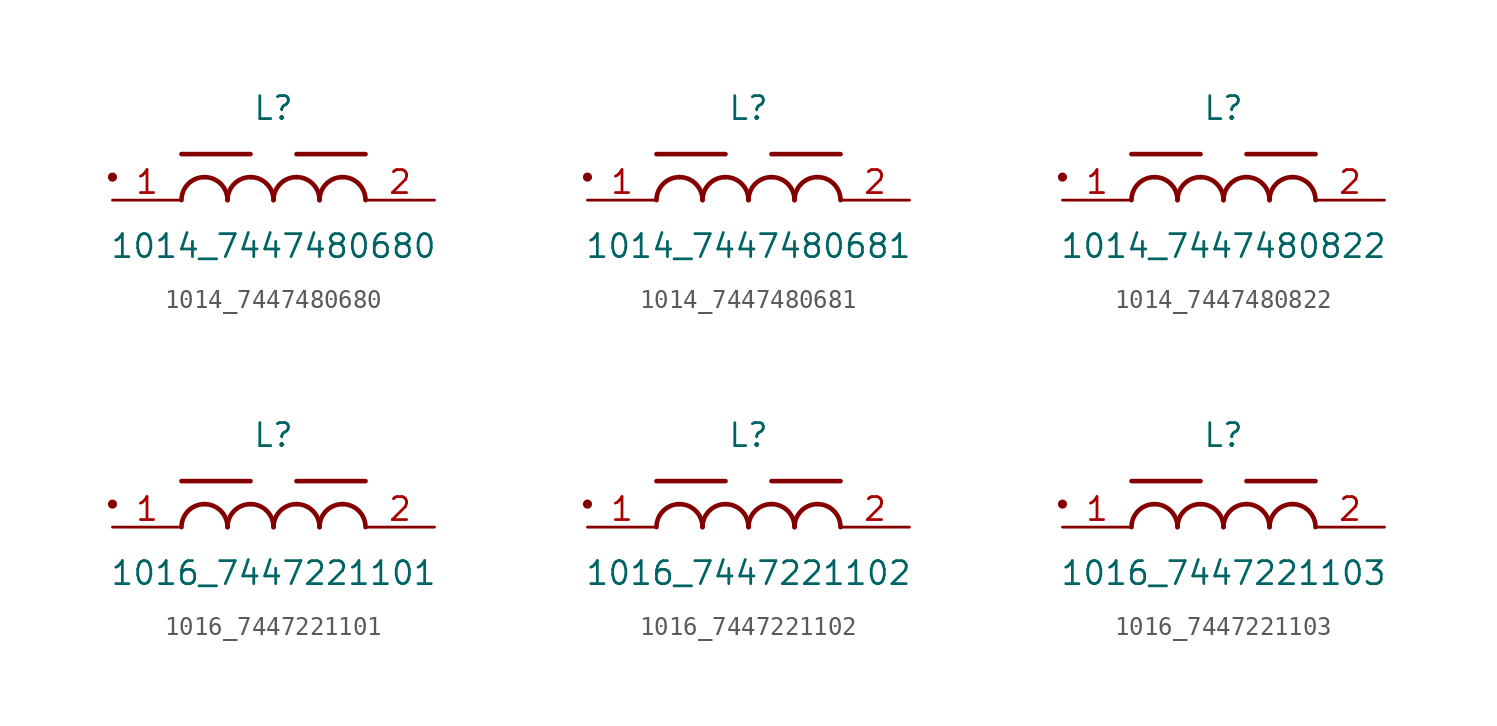
<source format=kicad_sym>
(kicad_symbol_lib
  (version 20211014)
  (generator kicad_symbol_editor)
  (symbol "Inductor_Wurth_WE-TI:1014_7447480680"
    (pin_names hide)
    (property "Reference" "L"
      (at 0 5.08 0)
      (effects (font (size 1.27 1.27))))
    (property "Value" "1014_7447480680"
      (at 0 -2.54 0)
      (effects (font (size 1.27 1.27))))
    (symbol "1014_7447480680_0_1"
      (circle (center -8.89 1.27) (radius 0.0001) (stroke (width 0.254)) (stroke (width 0.254) (type default) (color 0 0 0 0)) (fill (type none)))
      (arc (start -3.81 1.27) (mid -4.708 0.898) (end -5.08 0) (stroke (width 0.254) (type default) (color 0 0 0 0)) (fill (type none)))
      (arc (start -2.54 0) (mid -2.912 0.898) (end -3.81 1.27) (stroke (width 0.254) (type default) (color 0 0 0 0)) (fill (type none)))
      (arc (start -1.2699 1.2701) (mid -2.1679 0.8981) (end -2.5399 0.0001) (stroke (width 0.254) (type default) (color 0 0 0 0)) (fill (type none)))
      (polyline (pts (xy -5.08 2.54) (xy -1.27 2.54)) (stroke (width 0.254) (type default) (color 0 0 0 0)) (fill (type none)))
      (polyline (pts (xy 5.08 2.54) (xy 1.27 2.54)) (stroke (width 0.254) (type default) (color 0 0 0 0)) (fill (type none)))
      (arc (start 0.0001 0.0001) (mid -0.3719 0.8981) (end -1.2699 1.2701) (stroke (width 0.254) (type default) (color 0 0 0 0)) (fill (type none)))
      (arc (start 1.2701 1.2701) (mid 0.3721 0.8981) (end 0.0001 0.0001) (stroke (width 0.254) (type default) (color 0 0 0 0)) (fill (type none)))
      (arc (start 2.5401 0.0001) (mid 2.1681 0.8981) (end 1.2701 1.2701) (stroke (width 0.254) (type default) (color 0 0 0 0)) (fill (type none)))
      (arc (start 3.8101 1.2701) (mid 2.9121 0.8981) (end 2.5401 0.0001) (stroke (width 0.254) (type default) (color 0 0 0 0)) (fill (type none)))
      (arc (start 5.0801 0.0001) (mid 4.7081 0.8981) (end 3.8101 1.2701) (stroke (width 0.254) (type default) (color 0 0 0 0)) (fill (type none))))
    (symbol "1014_7447480680_1_1"
      (pin passive line (at -8.89 0 0) (length 3.81) (name "1" (effects (font (size 1.27 1.27)))) (number "1" (effects (font (size 1.27 1.27)))))
      (pin passive line (at 8.89 0 180) (length 3.81) (name "2" (effects (font (size 1.27 1.27)))) (number "2" (effects (font (size 1.27 1.27)))))))
  (symbol "Inductor_Wurth_WE-TI:1014_7447480681"
    (pin_names hide)
    (property "Reference" "L"
      (at 0 5.08 0)
      (effects (font (size 1.27 1.27))))
    (property "Value" "1014_7447480681"
      (at 0 -2.54 0)
      (effects (font (size 1.27 1.27))))
    (symbol "1014_7447480681_0_1"
      (circle (center -8.89 1.27) (radius 0.0001) (stroke (width 0.254)) (stroke (width 0.254) (type default) (color 0 0 0 0)) (fill (type none)))
      (arc (start -3.81 1.27) (mid -4.708 0.898) (end -5.08 0) (stroke (width 0.254) (type default) (color 0 0 0 0)) (fill (type none)))
      (arc (start -2.54 0) (mid -2.912 0.898) (end -3.81 1.27) (stroke (width 0.254) (type default) (color 0 0 0 0)) (fill (type none)))
      (arc (start -1.2699 1.2701) (mid -2.1679 0.8981) (end -2.5399 0.0001) (stroke (width 0.254) (type default) (color 0 0 0 0)) (fill (type none)))
      (polyline (pts (xy -5.08 2.54) (xy -1.27 2.54)) (stroke (width 0.254) (type default) (color 0 0 0 0)) (fill (type none)))
      (polyline (pts (xy 5.08 2.54) (xy 1.27 2.54)) (stroke (width 0.254) (type default) (color 0 0 0 0)) (fill (type none)))
      (arc (start 0.0001 0.0001) (mid -0.3719 0.8981) (end -1.2699 1.2701) (stroke (width 0.254) (type default) (color 0 0 0 0)) (fill (type none)))
      (arc (start 1.2701 1.2701) (mid 0.3721 0.8981) (end 0.0001 0.0001) (stroke (width 0.254) (type default) (color 0 0 0 0)) (fill (type none)))
      (arc (start 2.5401 0.0001) (mid 2.1681 0.8981) (end 1.2701 1.2701) (stroke (width 0.254) (type default) (color 0 0 0 0)) (fill (type none)))
      (arc (start 3.8101 1.2701) (mid 2.9121 0.8981) (end 2.5401 0.0001) (stroke (width 0.254) (type default) (color 0 0 0 0)) (fill (type none)))
      (arc (start 5.0801 0.0001) (mid 4.7081 0.8981) (end 3.8101 1.2701) (stroke (width 0.254) (type default) (color 0 0 0 0)) (fill (type none))))
    (symbol "1014_7447480681_1_1"
      (pin passive line (at -8.89 0 0) (length 3.81) (name "1" (effects (font (size 1.27 1.27)))) (number "1" (effects (font (size 1.27 1.27)))))
      (pin passive line (at 8.89 0 180) (length 3.81) (name "2" (effects (font (size 1.27 1.27)))) (number "2" (effects (font (size 1.27 1.27)))))))
  (symbol "Inductor_Wurth_WE-TI:1014_7447480822"
    (pin_names hide)
    (property "Reference" "L"
      (at 0 5.08 0)
      (effects (font (size 1.27 1.27))))
    (property "Value" "1014_7447480822"
      (at 0 -2.54 0)
      (effects (font (size 1.27 1.27))))
    (symbol "1014_7447480822_0_1"
      (circle (center -8.89 1.27) (radius 0.0001) (stroke (width 0.254)) (stroke (width 0.254) (type default) (color 0 0 0 0)) (fill (type none)))
      (arc (start -3.81 1.27) (mid -4.708 0.898) (end -5.08 0) (stroke (width 0.254) (type default) (color 0 0 0 0)) (fill (type none)))
      (arc (start -2.54 0) (mid -2.912 0.898) (end -3.81 1.27) (stroke (width 0.254) (type default) (color 0 0 0 0)) (fill (type none)))
      (arc (start -1.2699 1.2701) (mid -2.1679 0.8981) (end -2.5399 0.0001) (stroke (width 0.254) (type default) (color 0 0 0 0)) (fill (type none)))
      (polyline (pts (xy -5.08 2.54) (xy -1.27 2.54)) (stroke (width 0.254) (type default) (color 0 0 0 0)) (fill (type none)))
      (polyline (pts (xy 5.08 2.54) (xy 1.27 2.54)) (stroke (width 0.254) (type default) (color 0 0 0 0)) (fill (type none)))
      (arc (start 0.0001 0.0001) (mid -0.3719 0.8981) (end -1.2699 1.2701) (stroke (width 0.254) (type default) (color 0 0 0 0)) (fill (type none)))
      (arc (start 1.2701 1.2701) (mid 0.3721 0.8981) (end 0.0001 0.0001) (stroke (width 0.254) (type default) (color 0 0 0 0)) (fill (type none)))
      (arc (start 2.5401 0.0001) (mid 2.1681 0.8981) (end 1.2701 1.2701) (stroke (width 0.254) (type default) (color 0 0 0 0)) (fill (type none)))
      (arc (start 3.8101 1.2701) (mid 2.9121 0.8981) (end 2.5401 0.0001) (stroke (width 0.254) (type default) (color 0 0 0 0)) (fill (type none)))
      (arc (start 5.0801 0.0001) (mid 4.7081 0.8981) (end 3.8101 1.2701) (stroke (width 0.254) (type default) (color 0 0 0 0)) (fill (type none))))
    (symbol "1014_7447480822_1_1"
      (pin passive line (at -8.89 0 0) (length 3.81) (name "1" (effects (font (size 1.27 1.27)))) (number "1" (effects (font (size 1.27 1.27)))))
      (pin passive line (at 8.89 0 180) (length 3.81) (name "2" (effects (font (size 1.27 1.27)))) (number "2" (effects (font (size 1.27 1.27)))))))
  (symbol "Inductor_Wurth_WE-TI:1016_7447221101"
    (pin_names hide)
    (property "Reference" "L"
      (at 0 5.08 0)
      (effects (font (size 1.27 1.27))))
    (property "Value" "1016_7447221101"
      (at 0 -2.54 0)
      (effects (font (size 1.27 1.27))))
    (symbol "1016_7447221101_0_1"
      (circle (center -8.89 1.27) (radius 0.0001) (stroke (width 0.254)) (stroke (width 0.254) (type default) (color 0 0 0 0)) (fill (type none)))
      (arc (start -3.81 1.27) (mid -4.708 0.898) (end -5.08 0) (stroke (width 0.254) (type default) (color 0 0 0 0)) (fill (type none)))
      (arc (start -2.54 0) (mid -2.912 0.898) (end -3.81 1.27) (stroke (width 0.254) (type default) (color 0 0 0 0)) (fill (type none)))
      (arc (start -1.2699 1.2701) (mid -2.1679 0.8981) (end -2.5399 0.0001) (stroke (width 0.254) (type default) (color 0 0 0 0)) (fill (type none)))
      (polyline (pts (xy -5.08 2.54) (xy -1.27 2.54)) (stroke (width 0.254) (type default) (color 0 0 0 0)) (fill (type none)))
      (polyline (pts (xy 5.08 2.54) (xy 1.27 2.54)) (stroke (width 0.254) (type default) (color 0 0 0 0)) (fill (type none)))
      (arc (start 0.0001 0.0001) (mid -0.3719 0.8981) (end -1.2699 1.2701) (stroke (width 0.254) (type default) (color 0 0 0 0)) (fill (type none)))
      (arc (start 1.2701 1.2701) (mid 0.3721 0.8981) (end 0.0001 0.0001) (stroke (width 0.254) (type default) (color 0 0 0 0)) (fill (type none)))
      (arc (start 2.5401 0.0001) (mid 2.1681 0.8981) (end 1.2701 1.2701) (stroke (width 0.254) (type default) (color 0 0 0 0)) (fill (type none)))
      (arc (start 3.8101 1.2701) (mid 2.9121 0.8981) (end 2.5401 0.0001) (stroke (width 0.254) (type default) (color 0 0 0 0)) (fill (type none)))
      (arc (start 5.0801 0.0001) (mid 4.7081 0.8981) (end 3.8101 1.2701) (stroke (width 0.254) (type default) (color 0 0 0 0)) (fill (type none))))
    (symbol "1016_7447221101_1_1"
      (pin passive line (at -8.89 0 0) (length 3.81) (name "1" (effects (font (size 1.27 1.27)))) (number "1" (effects (font (size 1.27 1.27)))))
      (pin passive line (at 8.89 0 180) (length 3.81) (name "2" (effects (font (size 1.27 1.27)))) (number "2" (effects (font (size 1.27 1.27)))))))
  (symbol "Inductor_Wurth_WE-TI:1016_7447221102"
    (pin_names hide)
    (property "Reference" "L"
      (at 0 5.08 0)
      (effects (font (size 1.27 1.27))))
    (property "Value" "1016_7447221102"
      (at 0 -2.54 0)
      (effects (font (size 1.27 1.27))))
    (symbol "1016_7447221102_0_1"
      (circle (center -8.89 1.27) (radius 0.0001) (stroke (width 0.254)) (stroke (width 0.254) (type default) (color 0 0 0 0)) (fill (type none)))
      (arc (start -3.81 1.27) (mid -4.708 0.898) (end -5.08 0) (stroke (width 0.254) (type default) (color 0 0 0 0)) (fill (type none)))
      (arc (start -2.54 0) (mid -2.912 0.898) (end -3.81 1.27) (stroke (width 0.254) (type default) (color 0 0 0 0)) (fill (type none)))
      (arc (start -1.2699 1.2701) (mid -2.1679 0.8981) (end -2.5399 0.0001) (stroke (width 0.254) (type default) (color 0 0 0 0)) (fill (type none)))
      (polyline (pts (xy -5.08 2.54) (xy -1.27 2.54)) (stroke (width 0.254) (type default) (color 0 0 0 0)) (fill (type none)))
      (polyline (pts (xy 5.08 2.54) (xy 1.27 2.54)) (stroke (width 0.254) (type default) (color 0 0 0 0)) (fill (type none)))
      (arc (start 0.0001 0.0001) (mid -0.3719 0.8981) (end -1.2699 1.2701) (stroke (width 0.254) (type default) (color 0 0 0 0)) (fill (type none)))
      (arc (start 1.2701 1.2701) (mid 0.3721 0.8981) (end 0.0001 0.0001) (stroke (width 0.254) (type default) (color 0 0 0 0)) (fill (type none)))
      (arc (start 2.5401 0.0001) (mid 2.1681 0.8981) (end 1.2701 1.2701) (stroke (width 0.254) (type default) (color 0 0 0 0)) (fill (type none)))
      (arc (start 3.8101 1.2701) (mid 2.9121 0.8981) (end 2.5401 0.0001) (stroke (width 0.254) (type default) (color 0 0 0 0)) (fill (type none)))
      (arc (start 5.0801 0.0001) (mid 4.7081 0.8981) (end 3.8101 1.2701) (stroke (width 0.254) (type default) (color 0 0 0 0)) (fill (type none))))
    (symbol "1016_7447221102_1_1"
      (pin passive line (at -8.89 0 0) (length 3.81) (name "1" (effects (font (size 1.27 1.27)))) (number "1" (effects (font (size 1.27 1.27)))))
      (pin passive line (at 8.89 0 180) (length 3.81) (name "2" (effects (font (size 1.27 1.27)))) (number "2" (effects (font (size 1.27 1.27)))))))
  (symbol "Inductor_Wurth_WE-TI:1016_7447221103"
    (pin_names hide)
    (property "Reference" "L"
      (at 0 5.08 0)
      (effects (font (size 1.27 1.27))))
    (property "Value" "1016_7447221103"
      (at 0 -2.54 0)
      (effects (font (size 1.27 1.27))))
    (symbol "1016_7447221103_0_1"
      (circle (center -8.89 1.27) (radius 0.0001) (stroke (width 0.254)) (stroke (width 0.254) (type default) (color 0 0 0 0)) (fill (type none)))
      (arc (start -3.81 1.27) (mid -4.708 0.898) (end -5.08 0) (stroke (width 0.254) (type default) (color 0 0 0 0)) (fill (type none)))
      (arc (start -2.54 0) (mid -2.912 0.898) (end -3.81 1.27) (stroke (width 0.254) (type default) (color 0 0 0 0)) (fill (type none)))
      (arc (start -1.2699 1.2701) (mid -2.1679 0.8981) (end -2.5399 0.0001) (stroke (width 0.254) (type default) (color 0 0 0 0)) (fill (type none)))
      (polyline (pts (xy -5.08 2.54) (xy -1.27 2.54)) (stroke (width 0.254) (type default) (color 0 0 0 0)) (fill (type none)))
      (polyline (pts (xy 5.08 2.54) (xy 1.27 2.54)) (stroke (width 0.254) (type default) (color 0 0 0 0)) (fill (type none)))
      (arc (start 0.0001 0.0001) (mid -0.3719 0.8981) (end -1.2699 1.2701) (stroke (width 0.254) (type default) (color 0 0 0 0)) (fill (type none)))
      (arc (start 1.2701 1.2701) (mid 0.3721 0.8981) (end 0.0001 0.0001) (stroke (width 0.254) (type default) (color 0 0 0 0)) (fill (type none)))
      (arc (start 2.5401 0.0001) (mid 2.1681 0.8981) (end 1.2701 1.2701) (stroke (width 0.254) (type default) (color 0 0 0 0)) (fill (type none)))
      (arc (start 3.8101 1.2701) (mid 2.9121 0.8981) (end 2.5401 0.0001) (stroke (width 0.254) (type default) (color 0 0 0 0)) (fill (type none)))
      (arc (start 5.0801 0.0001) (mid 4.7081 0.8981) (end 3.8101 1.2701) (stroke (width 0.254) (type default) (color 0 0 0 0)) (fill (type none))))
    (symbol "1016_7447221103_1_1"
      (pin passive line (at -8.89 0 0) (length 3.81) (name "1" (effects (font (size 1.27 1.27)))) (number "1" (effects (font (size 1.27 1.27)))))
      (pin passive line (at 8.89 0 180) (length 3.81) (name "2" (effects (font (size 1.27 1.27)))) (number "2" (effects (font (size 1.27 1.27))))))))
</source>
